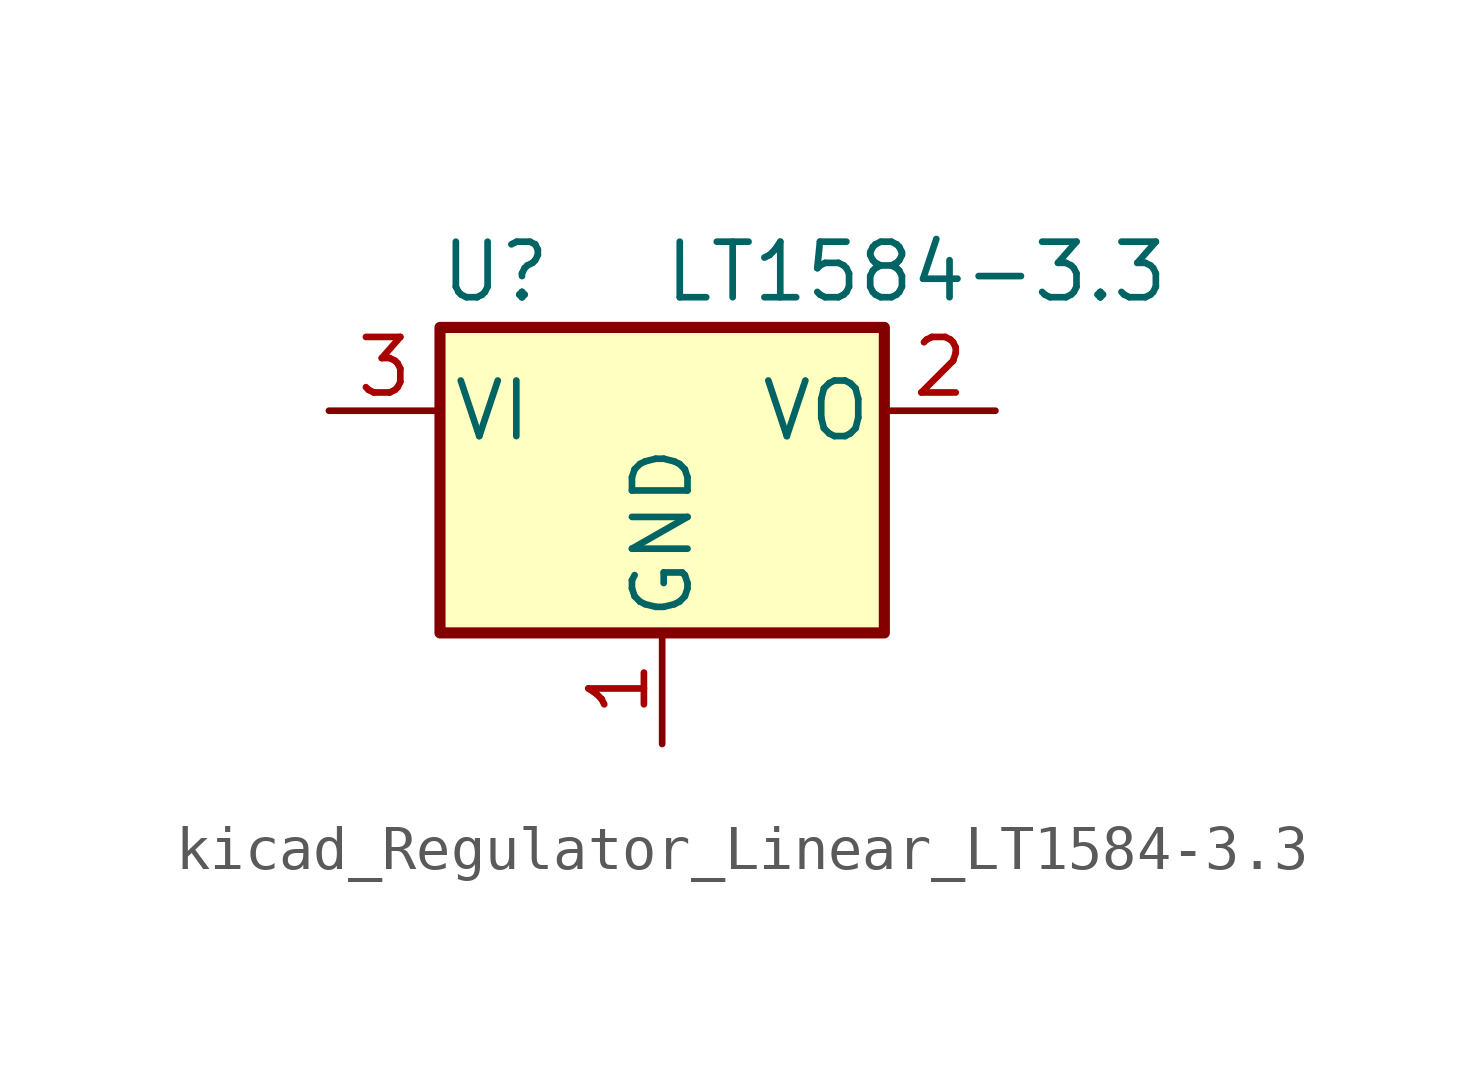
<source format=kicad_sym>
(kicad_symbol_lib
  (version 20220914)
  (generator kicad_symbol_editor)
  (symbol "kicad_Regulator_Linear_LT1584-3.3"
    (pin_names
      (offset 0.254))
    (property "Reference" "U"
      (at -3.81 3.175 0)
      (effects (font (size 1.27 1.27))))
    (property "Value" "LT1584-3.3"
      (at 0 3.175 0)
      (effects (font (size 1.27 1.27)) (justify left)))
    (symbol "kicad_Regulator_Linear_LT1584-3.3_0_1"
      (rectangle (start -5.08 1.905) (end 5.08 -5.08) (stroke (width 0.254) (type default)) (fill (type background))))
    (symbol "kicad_Regulator_Linear_LT1584-3.3_1_1"
      (pin power_in line (at 0 -7.62 90) (length 2.54) (name "GND" (effects (font (size 1.27 1.27)))) (number "1" (effects (font (size 1.27 1.27)))))
      (pin power_out line (at 7.62 0 180) (length 2.54) (name "VO" (effects (font (size 1.27 1.27)))) (number "2" (effects (font (size 1.27 1.27)))))
      (pin power_in line (at -7.62 0 0) (length 2.54) (name "VI" (effects (font (size 1.27 1.27)))) (number "3" (effects (font (size 1.27 1.27))))))))
</source>
